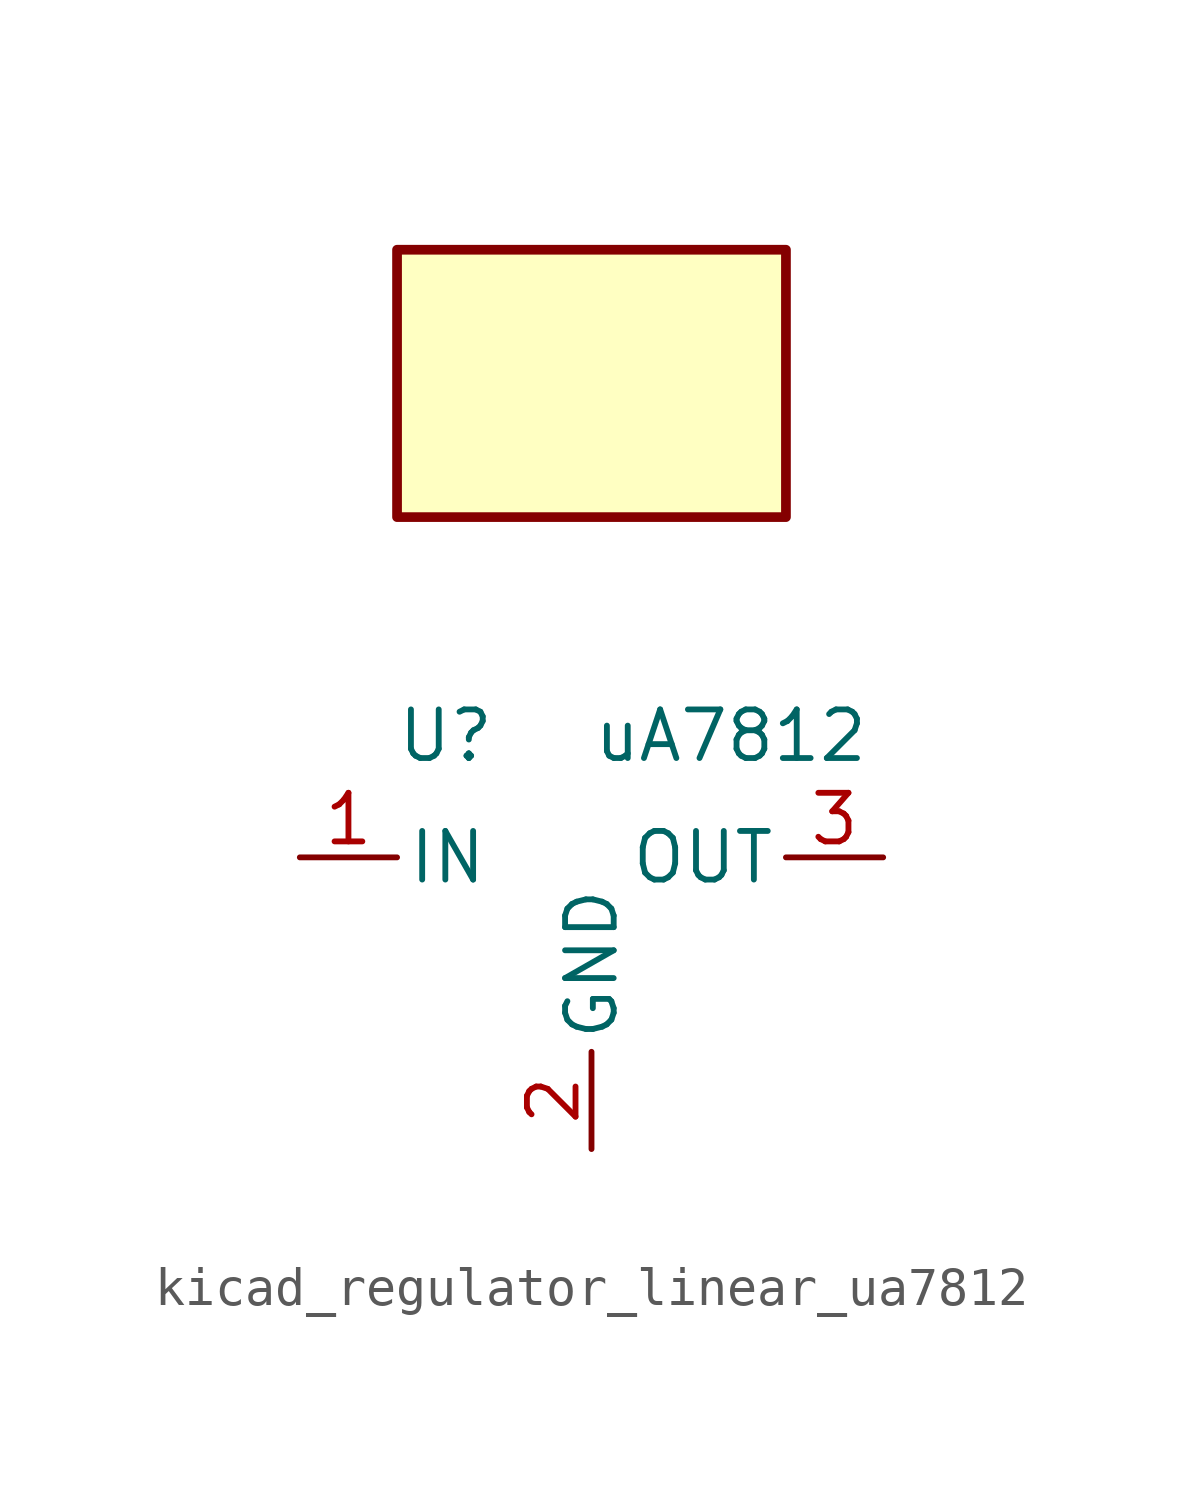
<source format=kicad_sym>
(kicad_symbol_lib
  (version 20220914)
  (generator kicad_symbol_editor)
  (symbol "kicad_regulator_linear_ua7812"
    (pin_names
      (offset 0.254))
    (property "Reference" "U"
      (at -3.81 3.175 0)
      (effects (font (size 1.27 1.27))))
    (property "Value" "uA7812"
      (at 0 3.175 0)
      (effects (font (size 1.27 1.27)) (justify left)))
    (symbol "kicad_regulator_linear_ua7812_0_1"
      (rectangle (start 5.08 15.875) (end -5.08 8.89) (stroke (width 0.254) (type default)) (fill (type background))))
    (symbol "kicad_regulator_linear_ua7812_1_1"
      (pin power_in line (at -7.62 0 0) (length 2.54) (name "IN" (effects (font (size 1.27 1.27)))) (number "1" (effects (font (size 1.27 1.27)))))
      (pin power_in line (at 0 -7.62 90) (length 2.54) (name "GND" (effects (font (size 1.27 1.27)))) (number "2" (effects (font (size 1.27 1.27)))))
      (pin power_out line (at 7.62 0 180) (length 2.54) (name "OUT" (effects (font (size 1.27 1.27)))) (number "3" (effects (font (size 1.27 1.27))))))))
</source>
